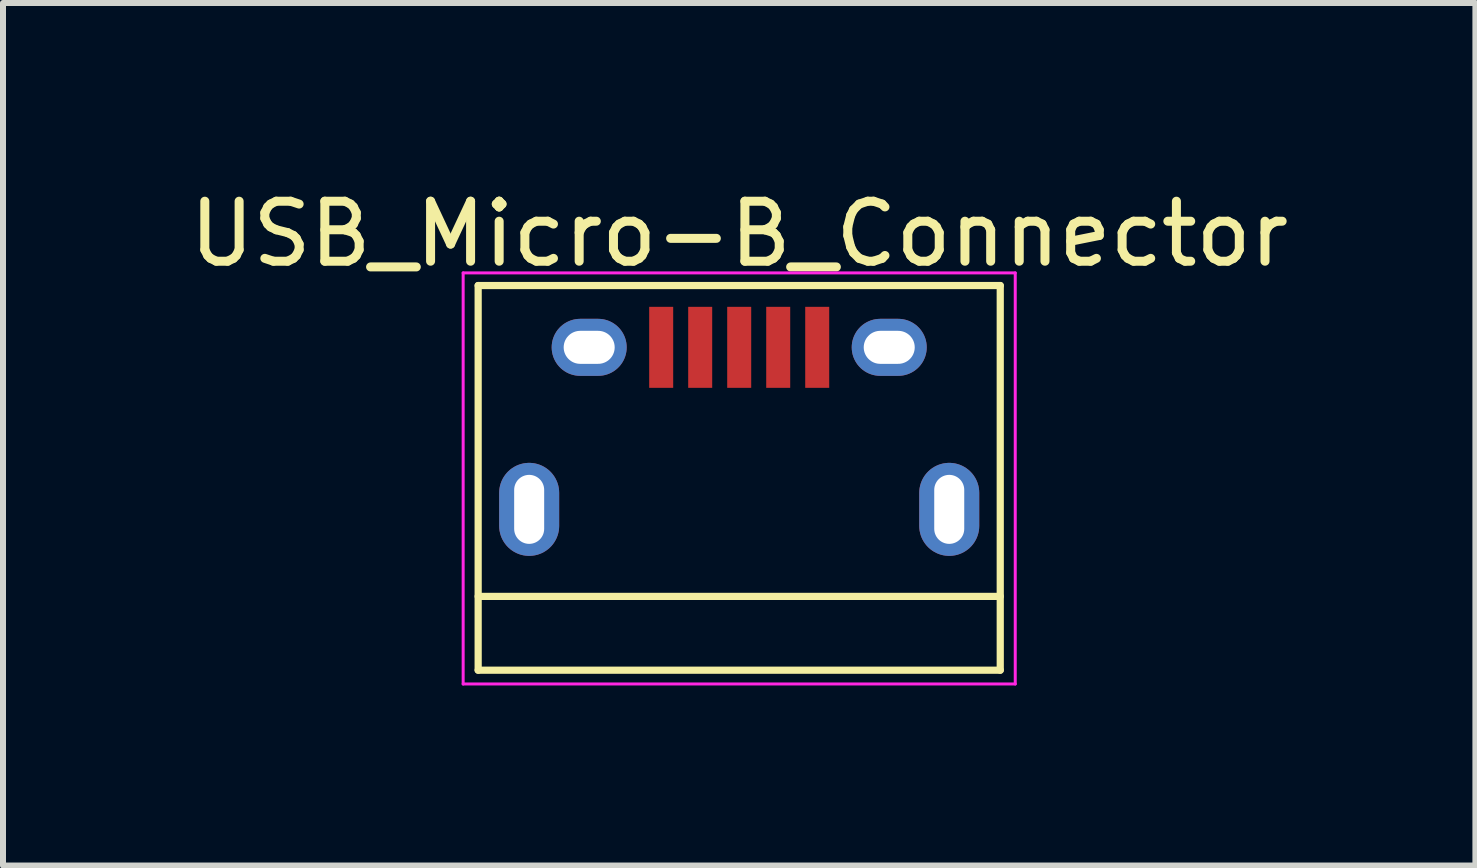
<source format=kicad_pcb>
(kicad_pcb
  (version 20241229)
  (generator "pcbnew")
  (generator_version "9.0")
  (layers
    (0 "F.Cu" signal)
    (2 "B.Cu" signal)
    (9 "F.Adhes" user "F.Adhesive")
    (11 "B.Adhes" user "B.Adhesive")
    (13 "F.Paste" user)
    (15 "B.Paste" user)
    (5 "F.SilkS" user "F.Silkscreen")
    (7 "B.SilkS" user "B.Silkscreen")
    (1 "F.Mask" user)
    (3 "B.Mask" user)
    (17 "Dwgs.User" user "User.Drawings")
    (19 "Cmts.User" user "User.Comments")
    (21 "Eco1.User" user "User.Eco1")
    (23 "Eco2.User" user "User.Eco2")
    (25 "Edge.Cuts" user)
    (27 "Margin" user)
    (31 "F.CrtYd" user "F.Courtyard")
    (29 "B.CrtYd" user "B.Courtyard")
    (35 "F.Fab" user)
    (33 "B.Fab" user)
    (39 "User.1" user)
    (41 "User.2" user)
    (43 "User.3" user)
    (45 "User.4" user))
  (footprint "USB_Micro-B_Connector"
    (layer "F.Cu")
    (at 9.268 4.088)
    (property "Reference" "USB_Micro-B_Connector" (at 0 -3.24 0) (layer "F.SilkS") (effects (font (size 1 1) (thickness 0.15))))
    (attr smd)
    (fp_line (start -4.35 -2.38) (end 4.35 -2.38) (stroke (width 0.12) (type solid)) (layer "F.SilkS"))
    (fp_line (start -4.35 4.03) (end -4.35 -2.38) (stroke (width 0.12) (type solid)) (layer "F.SilkS"))
    (fp_line (start -4.35 4.03) (end 4.35 4.03) (stroke (width 0.12) (type solid)) (layer "F.SilkS"))
    (fp_line (start 4.35 -2.38) (end 4.35 4.03) (stroke (width 0.12) (type solid)) (layer "F.SilkS"))
    (fp_line (start 4.35 2.8) (end -4.35 2.8) (stroke (width 0.12) (type solid)) (layer "F.SilkS"))
    (fp_line (start -4.6 -2.59) (end 4.6 -2.59) (stroke (width 0.05) (type solid)) (layer "F.CrtYd"))
    (fp_line (start -4.6 4.26) (end -4.6 -2.59) (stroke (width 0.05) (type solid)) (layer "F.CrtYd"))
    (fp_line (start 4.6 -2.59) (end 4.6 4.26) (stroke (width 0.05) (type solid)) (layer "F.CrtYd"))
    (fp_line (start 4.6 4.26) (end -4.6 4.26) (stroke (width 0.05) (type solid)) (layer "F.CrtYd"))
    (pad "1" smd rect (at -1.3 -1.35 90) (size 1.35 0.4) (layers "F.Cu" "F.Mask" "F.Paste"))
    (pad "2" smd rect (at -0.65 -1.35 90) (size 1.35 0.4) (layers "F.Cu" "F.Mask" "F.Paste"))
    (pad "3" smd rect (at 0 -1.35 90) (size 1.35 0.4) (layers "F.Cu" "F.Mask" "F.Paste"))
    (pad "4" smd rect (at 0.65 -1.35 90) (size 1.35 0.4) (layers "F.Cu" "F.Mask" "F.Paste"))
    (pad "5" smd rect (at 1.3 -1.35 90) (size 1.35 0.4) (layers "F.Cu" "F.Mask" "F.Paste"))
    (pad "6" thru_hole oval (at -3.5 1.35 90) (size 1.55 1) (drill oval 1.15 0.5) (layers "*.Cu" "*.Mask"))
    (pad "6" thru_hole oval (at -2.5 -1.35 90) (size 0.95 1.25) (drill oval 0.55 0.85) (layers "*.Cu" "*.Mask"))
    (pad "6" thru_hole oval (at 2.5 -1.35 90) (size 0.95 1.25) (drill oval 0.55 0.85) (layers "*.Cu" "*.Mask"))
    (pad "6" thru_hole oval (at 3.5 1.35 90) (size 1.55 1) (drill oval 1.15 0.5) (layers "*.Cu" "*.Mask")))
  (gr_rect
    (start -3 -3)
    (end 21.536 11.373)
    (stroke (width 0.1) (type default))
    (fill no)
    (layer "Edge.Cuts")))
</source>
